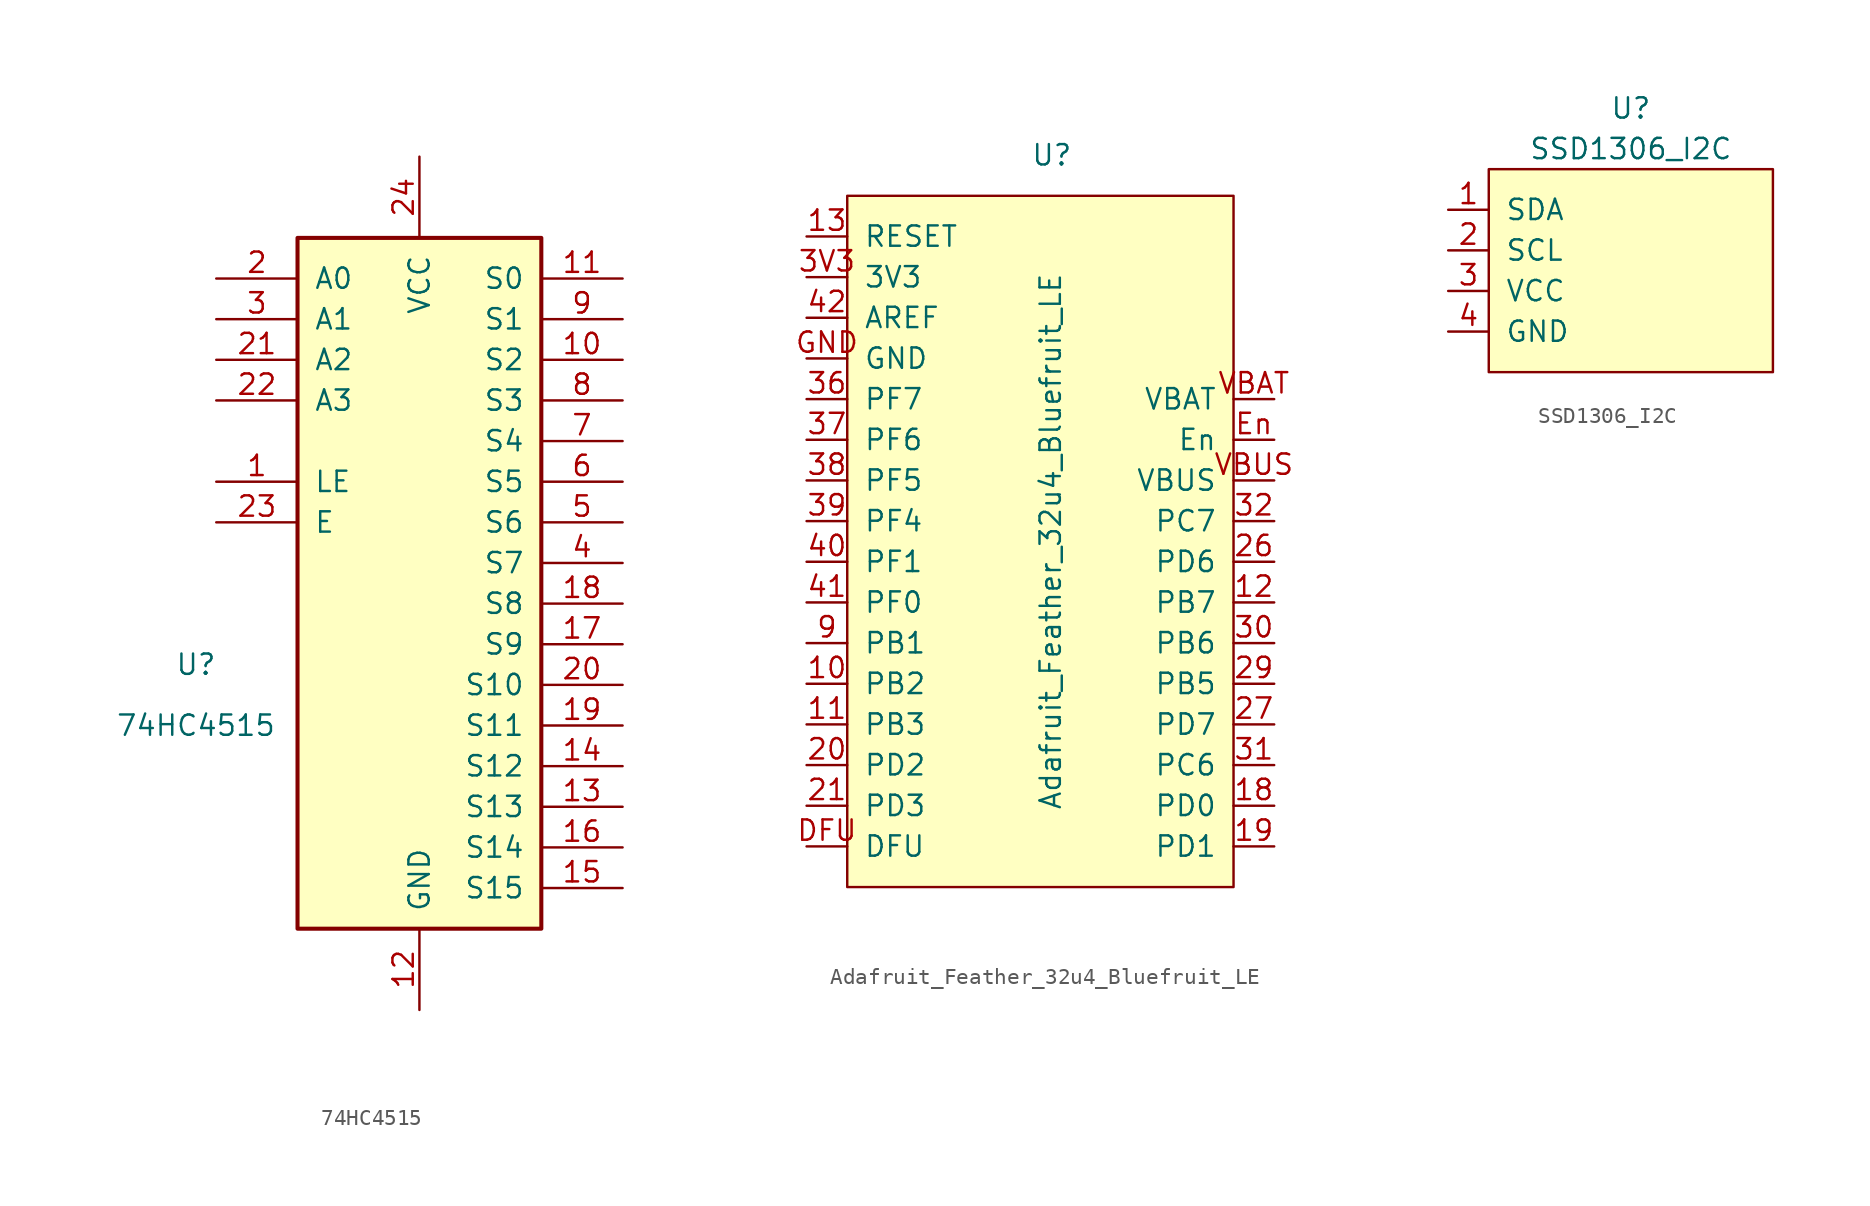
<source format=kicad_sym>
(kicad_symbol_lib
  (version 20211014)
  (generator kicad_symbol_editor)
  (symbol "74HC4515"
    (pin_names
      (offset 1.016))
    (property "Reference" "U"
      (at -13.97 -6.35 0)
      (effects (font (size 1.27 1.27))))
    (property "Value" "74HC4515"
      (at -13.97 -10.16 0)
      (effects (font (size 1.27 1.27))))
    (symbol "74HC4515_1_1"
      (rectangle (start -7.62 20.32) (end 7.62 -22.86) (stroke (width 0.254) (type default) (color 0 0 0 0)) (fill (type background)))
      (pin input line (at -12.7 5.08 0) (length 5.08) (name "LE" (effects (font (size 1.27 1.27)))) (number "1" (effects (font (size 1.27 1.27)))))
      (pin output line (at 12.7 12.7 180) (length 5.08) (name "S2" (effects (font (size 1.27 1.27)))) (number "10" (effects (font (size 1.27 1.27)))))
      (pin output line (at 12.7 17.78 180) (length 5.08) (name "S0" (effects (font (size 1.27 1.27)))) (number "11" (effects (font (size 1.27 1.27)))))
      (pin power_in line (at 0 -27.94 90) (length 5.08) (name "GND" (effects (font (size 1.27 1.27)))) (number "12" (effects (font (size 1.27 1.27)))))
      (pin output line (at 12.7 -15.24 180) (length 5.08) (name "S13" (effects (font (size 1.27 1.27)))) (number "13" (effects (font (size 1.27 1.27)))))
      (pin output line (at 12.7 -12.7 180) (length 5.08) (name "S12" (effects (font (size 1.27 1.27)))) (number "14" (effects (font (size 1.27 1.27)))))
      (pin output line (at 12.7 -20.32 180) (length 5.08) (name "S15" (effects (font (size 1.27 1.27)))) (number "15" (effects (font (size 1.27 1.27)))))
      (pin output line (at 12.7 -17.78 180) (length 5.08) (name "S14" (effects (font (size 1.27 1.27)))) (number "16" (effects (font (size 1.27 1.27)))))
      (pin output line (at 12.7 -5.08 180) (length 5.08) (name "S9" (effects (font (size 1.27 1.27)))) (number "17" (effects (font (size 1.27 1.27)))))
      (pin output line (at 12.7 -2.54 180) (length 5.08) (name "S8" (effects (font (size 1.27 1.27)))) (number "18" (effects (font (size 1.27 1.27)))))
      (pin output line (at 12.7 -10.16 180) (length 5.08) (name "S11" (effects (font (size 1.27 1.27)))) (number "19" (effects (font (size 1.27 1.27)))))
      (pin input line (at -12.7 17.78 0) (length 5.08) (name "A0" (effects (font (size 1.27 1.27)))) (number "2" (effects (font (size 1.27 1.27)))))
      (pin output line (at 12.7 -7.62 180) (length 5.08) (name "S10" (effects (font (size 1.27 1.27)))) (number "20" (effects (font (size 1.27 1.27)))))
      (pin input line (at -12.7 12.7 0) (length 5.08) (name "A2" (effects (font (size 1.27 1.27)))) (number "21" (effects (font (size 1.27 1.27)))))
      (pin input line (at -12.7 10.16 0) (length 5.08) (name "A3" (effects (font (size 1.27 1.27)))) (number "22" (effects (font (size 1.27 1.27)))))
      (pin input line (at -12.7 2.54 0) (length 5.08) (name "E" (effects (font (size 1.27 1.27)))) (number "23" (effects (font (size 1.27 1.27)))))
      (pin power_in line (at 0 25.4 270) (length 5.08) (name "VCC" (effects (font (size 1.27 1.27)))) (number "24" (effects (font (size 1.27 1.27)))))
      (pin input line (at -12.7 15.24 0) (length 5.08) (name "A1" (effects (font (size 1.27 1.27)))) (number "3" (effects (font (size 1.27 1.27)))))
      (pin output line (at 12.7 0 180) (length 5.08) (name "S7" (effects (font (size 1.27 1.27)))) (number "4" (effects (font (size 1.27 1.27)))))
      (pin output line (at 12.7 2.54 180) (length 5.08) (name "S6" (effects (font (size 1.27 1.27)))) (number "5" (effects (font (size 1.27 1.27)))))
      (pin output line (at 12.7 5.08 180) (length 5.08) (name "S5" (effects (font (size 1.27 1.27)))) (number "6" (effects (font (size 1.27 1.27)))))
      (pin output line (at 12.7 7.62 180) (length 5.08) (name "S4" (effects (font (size 1.27 1.27)))) (number "7" (effects (font (size 1.27 1.27)))))
      (pin output line (at 12.7 10.16 180) (length 5.08) (name "S3" (effects (font (size 1.27 1.27)))) (number "8" (effects (font (size 1.27 1.27)))))
      (pin output line (at 12.7 15.24 180) (length 5.08) (name "S1" (effects (font (size 1.27 1.27)))) (number "9" (effects (font (size 1.27 1.27)))))))
  (symbol "Adafruit_Feather_32u4_Bluefruit_LE"
    (pin_names
      (offset 1.016))
    (property "Reference" "U"
      (at 0.076 24.13 0)
      (effects (font (size 1.27 1.27))))
    (property "Value" "Adafruit_Feather_32u4_Bluefruit_LE"
      (at 0 0 90)
      (effects (font (size 1.27 1.27))))
    (symbol "Adafruit_Feather_32u4_Bluefruit_LE_0_1"
      (rectangle (start -12.7 21.59) (end 11.43 -21.59) (stroke (width 0) (type default) (color 0 0 0 0)) (fill (type background))))
    (symbol "Adafruit_Feather_32u4_Bluefruit_LE_1_1"
      (pin input line (at -15.24 -8.89 0) (length 2.54) (name "PB2" (effects (font (size 1.27 1.27)))) (number "10" (effects (font (size 1.27 1.27)))))
      (pin input line (at -15.24 -11.43 0) (length 2.54) (name "PB3" (effects (font (size 1.27 1.27)))) (number "11" (effects (font (size 1.27 1.27)))))
      (pin input line (at 13.97 -3.81 180) (length 2.54) (name "PB7" (effects (font (size 1.27 1.27)))) (number "12" (effects (font (size 1.27 1.27)))))
      (pin input line (at -15.24 19.05 0) (length 2.54) (name "RESET" (effects (font (size 1.27 1.27)))) (number "13" (effects (font (size 1.27 1.27)))))
      (pin input line (at 13.97 -16.51 180) (length 2.54) (name "PD0" (effects (font (size 1.27 1.27)))) (number "18" (effects (font (size 1.27 1.27)))))
      (pin input line (at 13.97 -19.05 180) (length 2.54) (name "PD1" (effects (font (size 1.27 1.27)))) (number "19" (effects (font (size 1.27 1.27)))))
      (pin input line (at -15.24 -13.97 0) (length 2.54) (name "PD2" (effects (font (size 1.27 1.27)))) (number "20" (effects (font (size 1.27 1.27)))))
      (pin input line (at -15.24 -16.51 0) (length 2.54) (name "PD3" (effects (font (size 1.27 1.27)))) (number "21" (effects (font (size 1.27 1.27)))))
      (pin input line (at 13.97 -1.27 180) (length 2.54) (name "PD6" (effects (font (size 1.27 1.27)))) (number "26" (effects (font (size 1.27 1.27)))))
      (pin input line (at 13.97 -11.43 180) (length 2.54) (name "PD7" (effects (font (size 1.27 1.27)))) (number "27" (effects (font (size 1.27 1.27)))))
      (pin input line (at 13.97 -8.89 180) (length 2.54) (name "PB5" (effects (font (size 1.27 1.27)))) (number "29" (effects (font (size 1.27 1.27)))))
      (pin input line (at 13.97 -6.35 180) (length 2.54) (name "PB6" (effects (font (size 1.27 1.27)))) (number "30" (effects (font (size 1.27 1.27)))))
      (pin input line (at 13.97 -13.97 180) (length 2.54) (name "PC6" (effects (font (size 1.27 1.27)))) (number "31" (effects (font (size 1.27 1.27)))))
      (pin input line (at 13.97 1.27 180) (length 2.54) (name "PC7" (effects (font (size 1.27 1.27)))) (number "32" (effects (font (size 1.27 1.27)))))
      (pin input line (at -15.24 8.89 0) (length 2.54) (name "PF7" (effects (font (size 1.27 1.27)))) (number "36" (effects (font (size 1.27 1.27)))))
      (pin input line (at -15.24 6.35 0) (length 2.54) (name "PF6" (effects (font (size 1.27 1.27)))) (number "37" (effects (font (size 1.27 1.27)))))
      (pin input line (at -15.24 3.81 0) (length 2.54) (name "PF5" (effects (font (size 1.27 1.27)))) (number "38" (effects (font (size 1.27 1.27)))))
      (pin input line (at -15.24 1.27 0) (length 2.54) (name "PF4" (effects (font (size 1.27 1.27)))) (number "39" (effects (font (size 1.27 1.27)))))
      (pin input line (at -15.24 16.51 0) (length 2.54) (name "3V3" (effects (font (size 1.27 1.27)))) (number "3V3" (effects (font (size 1.27 1.27)))))
      (pin input line (at -15.24 -1.27 0) (length 2.54) (name "PF1" (effects (font (size 1.27 1.27)))) (number "40" (effects (font (size 1.27 1.27)))))
      (pin input line (at -15.24 -3.81 0) (length 2.54) (name "PF0" (effects (font (size 1.27 1.27)))) (number "41" (effects (font (size 1.27 1.27)))))
      (pin input line (at -15.24 13.97 0) (length 2.54) (name "AREF" (effects (font (size 1.27 1.27)))) (number "42" (effects (font (size 1.27 1.27)))))
      (pin input line (at -15.24 -6.35 0) (length 2.54) (name "PB1" (effects (font (size 1.27 1.27)))) (number "9" (effects (font (size 1.27 1.27)))))
      (pin input line (at -15.24 -19.05 0) (length 2.54) (name "DFU" (effects (font (size 1.27 1.27)))) (number "DFU" (effects (font (size 1.27 1.27)))))
      (pin input line (at 13.97 6.35 180) (length 2.54) (name "En" (effects (font (size 1.27 1.27)))) (number "En" (effects (font (size 1.27 1.27)))))
      (pin input line (at -15.24 11.43 0) (length 2.54) (name "GND" (effects (font (size 1.27 1.27)))) (number "GND" (effects (font (size 1.27 1.27)))))
      (pin input line (at 13.97 8.89 180) (length 2.54) (name "VBAT" (effects (font (size 1.27 1.27)))) (number "VBAT" (effects (font (size 1.27 1.27)))))
      (pin input line (at 13.97 3.81 180) (length 2.54) (name "VBUS" (effects (font (size 1.27 1.27)))) (number "VBUS" (effects (font (size 1.27 1.27)))))))
  (symbol "SSD1306_I2C"
    (pin_names
      (offset 1.016))
    (property "Reference" "U"
      (at 0 8.89 0)
      (effects (font (size 1.27 1.27))))
    (property "Value" "SSD1306_I2C"
      (at 0 6.35 0)
      (effects (font (size 1.27 1.27))))
    (symbol "SSD1306_I2C_0_1"
      (rectangle (start 8.89 -7.62) (end -8.89 5.08) (stroke (width 0) (type default) (color 0 0 0 0)) (fill (type background))))
    (symbol "SSD1306_I2C_1_1"
      (pin input line (at -11.43 2.54 0) (length 2.54) (name "SDA" (effects (font (size 1.27 1.27)))) (number "1" (effects (font (size 1.27 1.27)))))
      (pin input line (at -11.43 0 0) (length 2.54) (name "SCL" (effects (font (size 1.27 1.27)))) (number "2" (effects (font (size 1.27 1.27)))))
      (pin input line (at -11.43 -2.54 0) (length 2.54) (name "VCC" (effects (font (size 1.27 1.27)))) (number "3" (effects (font (size 1.27 1.27)))))
      (pin input line (at -11.43 -5.08 0) (length 2.54) (name "GND" (effects (font (size 1.27 1.27)))) (number "4" (effects (font (size 1.27 1.27))))))))
</source>
